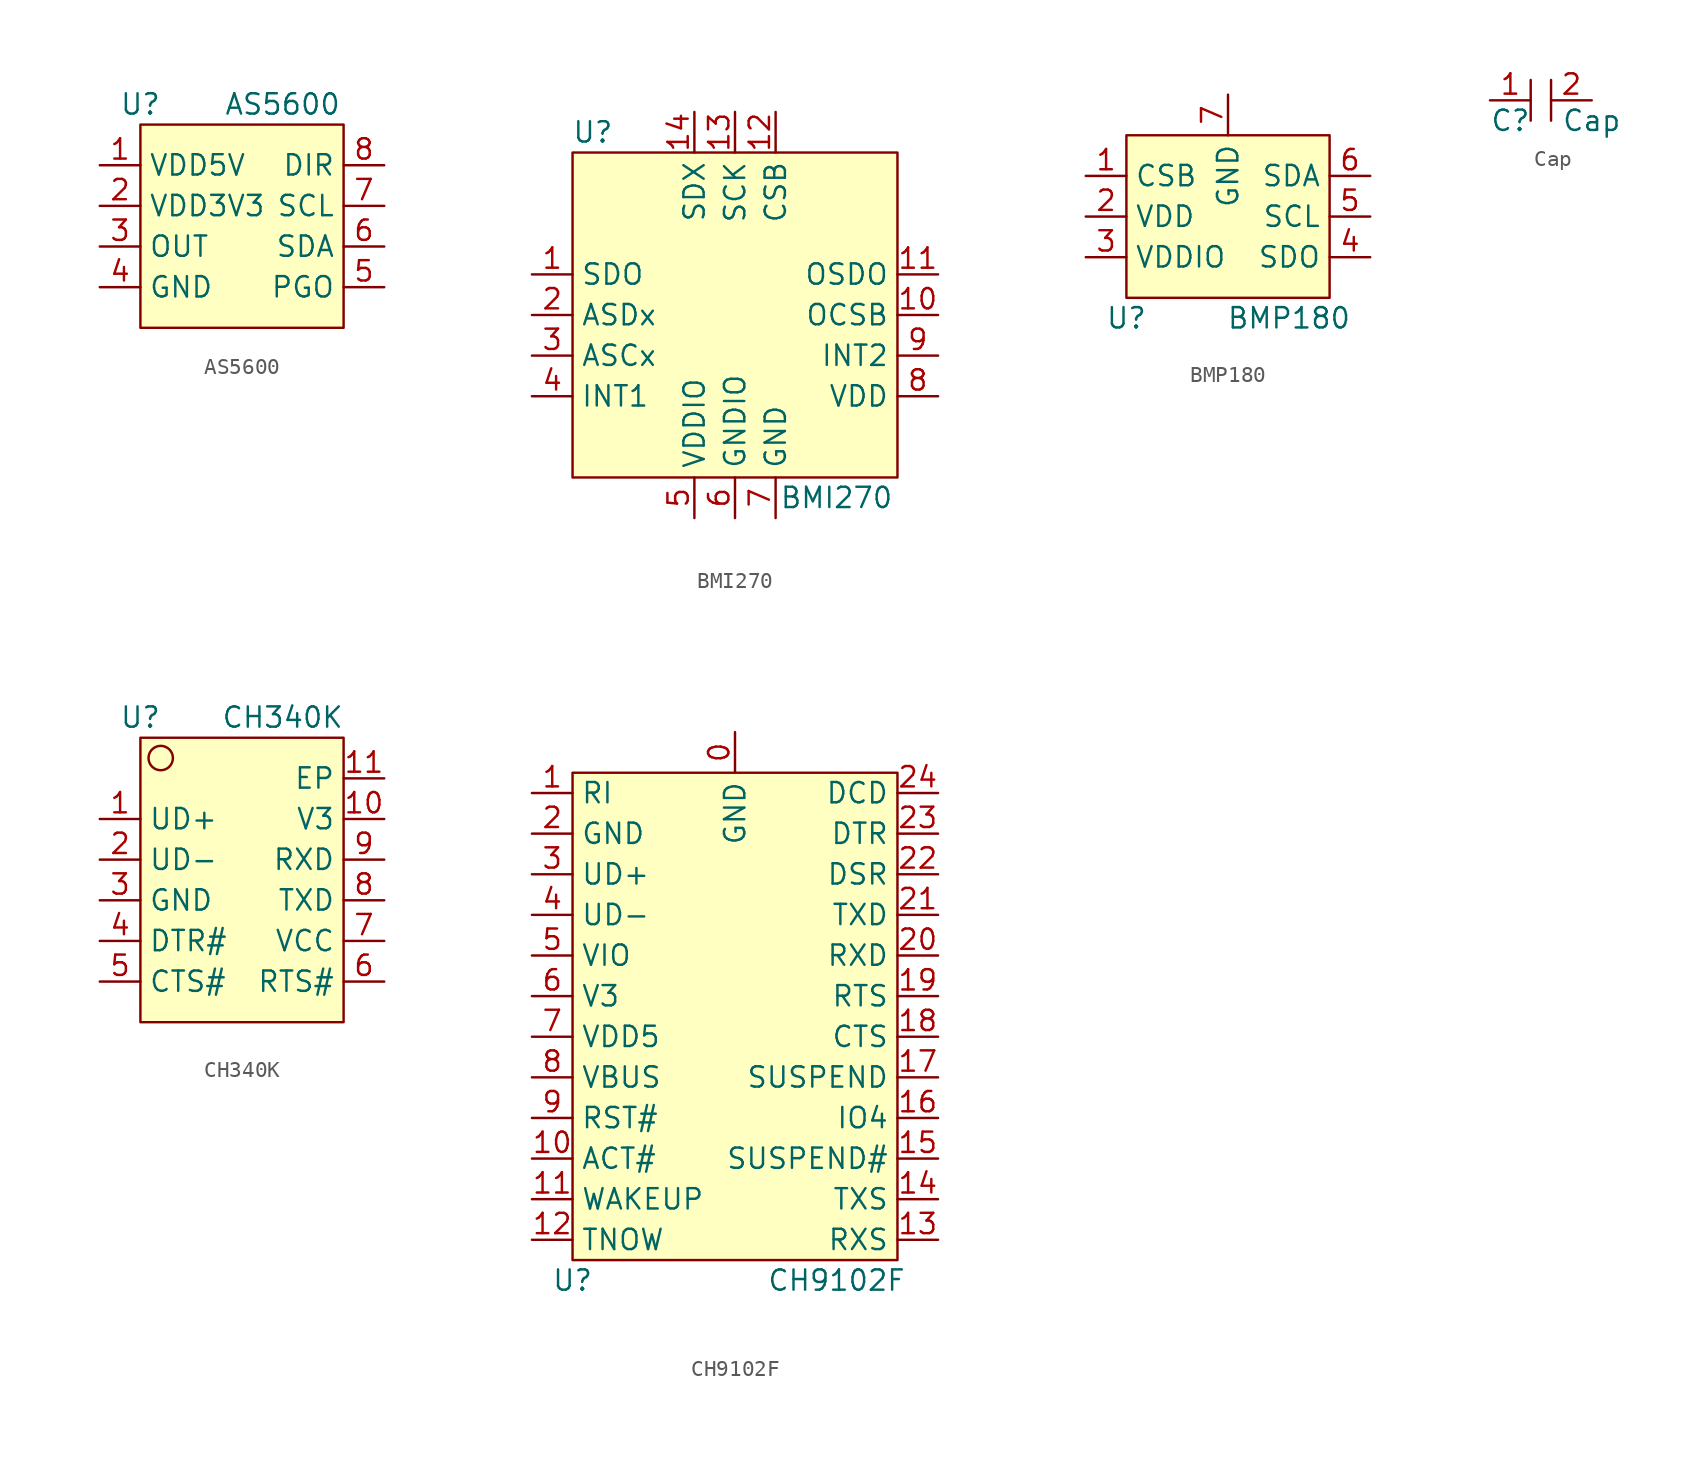
<source format=kicad_sym>
(kicad_symbol_lib
  (version 20220914)
  (generator kicad_symbol_editor)
  (symbol "AS5600"
    (property "Reference" "U"
      (at 0 1.27 0)
      (effects (font (size 1.27 1.27))))
    (property "Value" "AS5600"
      (at 8.89 1.27 0)
      (effects (font (size 1.27 1.27))))
    (symbol "AS5600_0_1"
      (rectangle (start 0 0) (end 12.7 -12.7) (stroke (width 0) (type default)) (fill (type background))))
    (symbol "AS5600_1_1"
      (pin power_in line (at -2.54 -2.54 0) (length 2.54) (name "VDD5V" (effects (font (size 1.27 1.27)))) (number "1" (effects (font (size 1.27 1.27)))))
      (pin power_in line (at -2.54 -5.08 0) (length 2.54) (name "VDD3V3" (effects (font (size 1.27 1.27)))) (number "2" (effects (font (size 1.27 1.27)))))
      (pin bidirectional line (at -2.54 -7.62 0) (length 2.54) (name "OUT" (effects (font (size 1.27 1.27)))) (number "3" (effects (font (size 1.27 1.27)))))
      (pin power_in line (at -2.54 -10.16 0) (length 2.54) (name "GND" (effects (font (size 1.27 1.27)))) (number "4" (effects (font (size 1.27 1.27)))))
      (pin bidirectional line (at 15.24 -10.16 180) (length 2.54) (name "PGO" (effects (font (size 1.27 1.27)))) (number "5" (effects (font (size 1.27 1.27)))))
      (pin bidirectional line (at 15.24 -7.62 180) (length 2.54) (name "SDA" (effects (font (size 1.27 1.27)))) (number "6" (effects (font (size 1.27 1.27)))))
      (pin bidirectional line (at 15.24 -5.08 180) (length 2.54) (name "SCL" (effects (font (size 1.27 1.27)))) (number "7" (effects (font (size 1.27 1.27)))))
      (pin bidirectional line (at 15.24 -2.54 180) (length 2.54) (name "DIR" (effects (font (size 1.27 1.27)))) (number "8" (effects (font (size 1.27 1.27)))))))
  (symbol "BMI270"
    (property "Reference" "U"
      (at 1.27 1.27 0)
      (effects (font (size 1.27 1.27))))
    (property "Value" "BMI270"
      (at 16.51 -21.59 0)
      (effects (font (size 1.27 1.27))))
    (symbol "BMI270_0_1"
      (rectangle (start 0 0) (end 20.32 -20.32) (stroke (width 0) (type default)) (fill (type background))))
    (symbol "BMI270_1_1"
      (pin bidirectional line (at -2.54 -7.62 0) (length 2.54) (name "SDO" (effects (font (size 1.27 1.27)))) (number "1" (effects (font (size 1.27 1.27)))))
      (pin bidirectional line (at 22.86 -10.16 180) (length 2.54) (name "OCSB" (effects (font (size 1.27 1.27)))) (number "10" (effects (font (size 1.27 1.27)))))
      (pin bidirectional line (at 22.86 -7.62 180) (length 2.54) (name "OSDO" (effects (font (size 1.27 1.27)))) (number "11" (effects (font (size 1.27 1.27)))))
      (pin bidirectional line (at 12.7 2.54 270) (length 2.54) (name "CSB" (effects (font (size 1.27 1.27)))) (number "12" (effects (font (size 1.27 1.27)))))
      (pin bidirectional line (at 10.16 2.54 270) (length 2.54) (name "SCK" (effects (font (size 1.27 1.27)))) (number "13" (effects (font (size 1.27 1.27)))))
      (pin bidirectional line (at 7.62 2.54 270) (length 2.54) (name "SDX" (effects (font (size 1.27 1.27)))) (number "14" (effects (font (size 1.27 1.27)))))
      (pin bidirectional line (at -2.54 -10.16 0) (length 2.54) (name "ASDx" (effects (font (size 1.27 1.27)))) (number "2" (effects (font (size 1.27 1.27)))))
      (pin bidirectional line (at -2.54 -12.7 0) (length 2.54) (name "ASCx" (effects (font (size 1.27 1.27)))) (number "3" (effects (font (size 1.27 1.27)))))
      (pin bidirectional line (at -2.54 -15.24 0) (length 2.54) (name "INT1" (effects (font (size 1.27 1.27)))) (number "4" (effects (font (size 1.27 1.27)))))
      (pin power_in line (at 7.62 -22.86 90) (length 2.54) (name "VDDIO" (effects (font (size 1.27 1.27)))) (number "5" (effects (font (size 1.27 1.27)))))
      (pin power_in line (at 10.16 -22.86 90) (length 2.54) (name "GNDIO" (effects (font (size 1.27 1.27)))) (number "6" (effects (font (size 1.27 1.27)))))
      (pin power_in line (at 12.7 -22.86 90) (length 2.54) (name "GND" (effects (font (size 1.27 1.27)))) (number "7" (effects (font (size 1.27 1.27)))))
      (pin power_in line (at 22.86 -15.24 180) (length 2.54) (name "VDD" (effects (font (size 1.27 1.27)))) (number "8" (effects (font (size 1.27 1.27)))))
      (pin bidirectional line (at 22.86 -12.7 180) (length 2.54) (name "INT2" (effects (font (size 1.27 1.27)))) (number "9" (effects (font (size 1.27 1.27)))))))
  (symbol "BMP180"
    (property "Reference" "U"
      (at 0 -11.43 0)
      (effects (font (size 1.27 1.27))))
    (property "Value" "BMP180"
      (at 10.16 -11.43 0)
      (effects (font (size 1.27 1.27))))
    (symbol "BMP180_0_1"
      (rectangle (start 0 0) (end 12.7 -10.16) (stroke (width 0) (type default)) (fill (type background))))
    (symbol "BMP180_1_1"
      (pin input line (at -2.54 -2.54 0) (length 2.54) (name "CSB" (effects (font (size 1.27 1.27)))) (number "1" (effects (font (size 1.27 1.27)))))
      (pin power_in line (at -2.54 -5.08 0) (length 2.54) (name "VDD" (effects (font (size 1.27 1.27)))) (number "2" (effects (font (size 1.27 1.27)))))
      (pin power_in line (at -2.54 -7.62 0) (length 2.54) (name "VDDIO" (effects (font (size 1.27 1.27)))) (number "3" (effects (font (size 1.27 1.27)))))
      (pin output line (at 15.24 -7.62 180) (length 2.54) (name "SDO" (effects (font (size 1.27 1.27)))) (number "4" (effects (font (size 1.27 1.27)))))
      (pin input line (at 15.24 -5.08 180) (length 2.54) (name "SCL" (effects (font (size 1.27 1.27)))) (number "5" (effects (font (size 1.27 1.27)))))
      (pin output line (at 15.24 -2.54 180) (length 2.54) (name "SDA" (effects (font (size 1.27 1.27)))) (number "6" (effects (font (size 1.27 1.27)))))
      (pin power_in line (at 6.35 2.54 270) (length 2.54) (name "GND" (effects (font (size 1.27 1.27)))) (number "7" (effects (font (size 1.27 1.27)))))))
  (symbol "Cap"
    (pin_names hide)
    (property "Reference" "C"
      (at -1.27 -1.27 0)
      (effects (font (size 1.27 1.27))))
    (property "Value" "Cap"
      (at 3.81 -1.27 0)
      (effects (font (size 1.27 1.27))))
    (symbol "Cap_0_1"
      (polyline (pts (xy 0 -1.27) (xy 0 1.27)) (stroke (width 0) (type default)) (fill (type none)))
      (polyline (pts (xy 1.27 1.27) (xy 1.27 -1.27)) (stroke (width 0) (type default)) (fill (type none))))
    (symbol "Cap_1_1"
      (pin passive line (at -2.54 0 0) (length 2.54) (name "~" (effects (font (size 1.27 1.27)))) (number "1" (effects (font (size 1.27 1.27)))))
      (pin passive line (at 3.81 0 180) (length 2.54) (name "~" (effects (font (size 1.27 1.27)))) (number "2" (effects (font (size 1.27 1.27)))))))
  (symbol "CH340K"
    (property "Reference" "U"
      (at 0 1.27 0)
      (effects (font (size 1.27 1.27))))
    (property "Value" "CH340K"
      (at 8.89 1.27 0)
      (effects (font (size 1.27 1.27))))
    (symbol "CH340K_0_1"
      (rectangle (start 0 0) (end 12.7 -17.78) (stroke (width 0) (type default)) (fill (type background)))
      (circle (center 1.27 -1.27) (radius 0.762) (stroke (width 0) (type default)) (fill (type none))))
    (symbol "CH340K_1_1"
      (pin bidirectional line (at -2.54 -5.08 0) (length 2.54) (name "UD+" (effects (font (size 1.27 1.27)))) (number "1" (effects (font (size 1.27 1.27)))))
      (pin bidirectional line (at 15.24 -5.08 180) (length 2.54) (name "V3" (effects (font (size 1.27 1.27)))) (number "10" (effects (font (size 1.27 1.27)))))
      (pin bidirectional line (at 15.24 -2.54 180) (length 2.54) (name "EP" (effects (font (size 1.27 1.27)))) (number "11" (effects (font (size 1.27 1.27)))))
      (pin bidirectional line (at -2.54 -7.62 0) (length 2.54) (name "UD-" (effects (font (size 1.27 1.27)))) (number "2" (effects (font (size 1.27 1.27)))))
      (pin bidirectional line (at -2.54 -10.16 0) (length 2.54) (name "GND" (effects (font (size 1.27 1.27)))) (number "3" (effects (font (size 1.27 1.27)))))
      (pin bidirectional line (at -2.54 -12.7 0) (length 2.54) (name "DTR#" (effects (font (size 1.27 1.27)))) (number "4" (effects (font (size 1.27 1.27)))))
      (pin bidirectional line (at -2.54 -15.24 0) (length 2.54) (name "CTS#" (effects (font (size 1.27 1.27)))) (number "5" (effects (font (size 1.27 1.27)))))
      (pin bidirectional line (at 15.24 -15.24 180) (length 2.54) (name "RTS#" (effects (font (size 1.27 1.27)))) (number "6" (effects (font (size 1.27 1.27)))))
      (pin bidirectional line (at 15.24 -12.7 180) (length 2.54) (name "VCC" (effects (font (size 1.27 1.27)))) (number "7" (effects (font (size 1.27 1.27)))))
      (pin bidirectional line (at 15.24 -10.16 180) (length 2.54) (name "TXD" (effects (font (size 1.27 1.27)))) (number "8" (effects (font (size 1.27 1.27)))))
      (pin bidirectional line (at 15.24 -7.62 180) (length 2.54) (name "RXD" (effects (font (size 1.27 1.27)))) (number "9" (effects (font (size 1.27 1.27)))))))
  (symbol "CH9102F"
    (property "Reference" "U"
      (at 0 -31.75 0)
      (effects (font (size 1.27 1.27))))
    (property "Value" "CH9102F"
      (at 16.51 -31.75 0)
      (effects (font (size 1.27 1.27))))
    (symbol "CH9102F_0_1"
      (rectangle (start 0 0) (end 20.32 -30.48) (stroke (width 0) (type default)) (fill (type background))))
    (symbol "CH9102F_1_1"
      (pin power_in line (at 10.16 2.54 270) (length 2.54) (name "GND" (effects (font (size 1.27 1.27)))) (number "0" (effects (font (size 1.27 1.27)))))
      (pin input line (at -2.54 -1.27 0) (length 2.54) (name "RI" (effects (font (size 1.27 1.27)))) (number "1" (effects (font (size 1.27 1.27)))))
      (pin output line (at -2.54 -24.13 0) (length 2.54) (name "ACT#" (effects (font (size 1.27 1.27)))) (number "10" (effects (font (size 1.27 1.27)))))
      (pin bidirectional line (at -2.54 -26.67 0) (length 2.54) (name "WAKEUP" (effects (font (size 1.27 1.27)))) (number "11" (effects (font (size 1.27 1.27)))))
      (pin bidirectional line (at -2.54 -29.21 0) (length 2.54) (name "TNOW" (effects (font (size 1.27 1.27)))) (number "12" (effects (font (size 1.27 1.27)))))
      (pin bidirectional line (at 22.86 -29.21 180) (length 2.54) (name "RXS" (effects (font (size 1.27 1.27)))) (number "13" (effects (font (size 1.27 1.27)))))
      (pin bidirectional line (at 22.86 -26.67 180) (length 2.54) (name "TXS" (effects (font (size 1.27 1.27)))) (number "14" (effects (font (size 1.27 1.27)))))
      (pin output line (at 22.86 -24.13 180) (length 2.54) (name "SUSPEND#" (effects (font (size 1.27 1.27)))) (number "15" (effects (font (size 1.27 1.27)))))
      (pin bidirectional line (at 22.86 -21.59 180) (length 2.54) (name "IO4" (effects (font (size 1.27 1.27)))) (number "16" (effects (font (size 1.27 1.27)))))
      (pin output line (at 22.86 -19.05 180) (length 2.54) (name "SUSPEND" (effects (font (size 1.27 1.27)))) (number "17" (effects (font (size 1.27 1.27)))))
      (pin input line (at 22.86 -16.51 180) (length 2.54) (name "CTS" (effects (font (size 1.27 1.27)))) (number "18" (effects (font (size 1.27 1.27)))))
      (pin output line (at 22.86 -13.97 180) (length 2.54) (name "RTS" (effects (font (size 1.27 1.27)))) (number "19" (effects (font (size 1.27 1.27)))))
      (pin power_in line (at -2.54 -3.81 0) (length 2.54) (name "GND" (effects (font (size 1.27 1.27)))) (number "2" (effects (font (size 1.27 1.27)))))
      (pin input line (at 22.86 -11.43 180) (length 2.54) (name "RXD" (effects (font (size 1.27 1.27)))) (number "20" (effects (font (size 1.27 1.27)))))
      (pin output line (at 22.86 -8.89 180) (length 2.54) (name "TXD" (effects (font (size 1.27 1.27)))) (number "21" (effects (font (size 1.27 1.27)))))
      (pin input line (at 22.86 -6.35 180) (length 2.54) (name "DSR" (effects (font (size 1.27 1.27)))) (number "22" (effects (font (size 1.27 1.27)))))
      (pin output line (at 22.86 -3.81 180) (length 2.54) (name "DTR" (effects (font (size 1.27 1.27)))) (number "23" (effects (font (size 1.27 1.27)))))
      (pin input line (at 22.86 -1.27 180) (length 2.54) (name "DCD" (effects (font (size 1.27 1.27)))) (number "24" (effects (font (size 1.27 1.27)))))
      (pin bidirectional line (at -2.54 -6.35 0) (length 2.54) (name "UD+" (effects (font (size 1.27 1.27)))) (number "3" (effects (font (size 1.27 1.27)))))
      (pin bidirectional line (at -2.54 -8.89 0) (length 2.54) (name "UD-" (effects (font (size 1.27 1.27)))) (number "4" (effects (font (size 1.27 1.27)))))
      (pin power_in line (at -2.54 -11.43 0) (length 2.54) (name "VIO" (effects (font (size 1.27 1.27)))) (number "5" (effects (font (size 1.27 1.27)))))
      (pin power_in line (at -2.54 -13.97 0) (length 2.54) (name "V3" (effects (font (size 1.27 1.27)))) (number "6" (effects (font (size 1.27 1.27)))))
      (pin power_in line (at -2.54 -16.51 0) (length 2.54) (name "VDD5" (effects (font (size 1.27 1.27)))) (number "7" (effects (font (size 1.27 1.27)))))
      (pin power_in line (at -2.54 -19.05 0) (length 2.54) (name "VBUS" (effects (font (size 1.27 1.27)))) (number "8" (effects (font (size 1.27 1.27)))))
      (pin passive line (at -2.54 -21.59 0) (length 2.54) (name "RST#" (effects (font (size 1.27 1.27)))) (number "9" (effects (font (size 1.27 1.27))))))))
</source>
